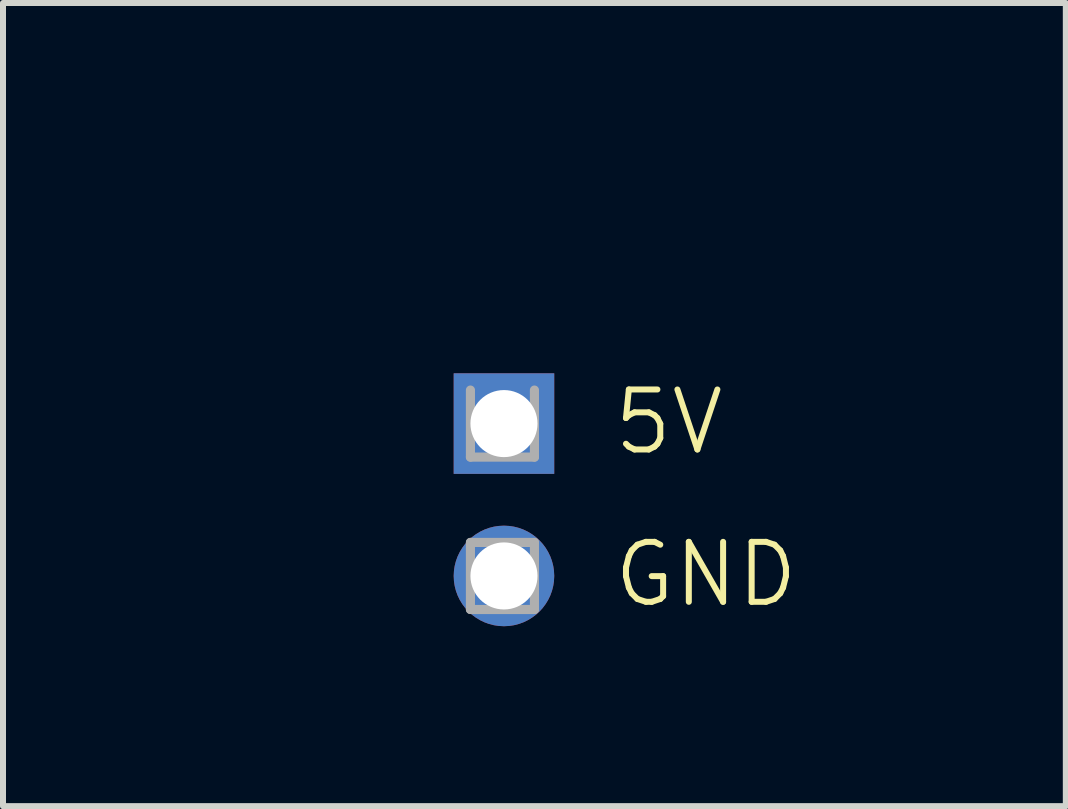
<source format=kicad_pcb>
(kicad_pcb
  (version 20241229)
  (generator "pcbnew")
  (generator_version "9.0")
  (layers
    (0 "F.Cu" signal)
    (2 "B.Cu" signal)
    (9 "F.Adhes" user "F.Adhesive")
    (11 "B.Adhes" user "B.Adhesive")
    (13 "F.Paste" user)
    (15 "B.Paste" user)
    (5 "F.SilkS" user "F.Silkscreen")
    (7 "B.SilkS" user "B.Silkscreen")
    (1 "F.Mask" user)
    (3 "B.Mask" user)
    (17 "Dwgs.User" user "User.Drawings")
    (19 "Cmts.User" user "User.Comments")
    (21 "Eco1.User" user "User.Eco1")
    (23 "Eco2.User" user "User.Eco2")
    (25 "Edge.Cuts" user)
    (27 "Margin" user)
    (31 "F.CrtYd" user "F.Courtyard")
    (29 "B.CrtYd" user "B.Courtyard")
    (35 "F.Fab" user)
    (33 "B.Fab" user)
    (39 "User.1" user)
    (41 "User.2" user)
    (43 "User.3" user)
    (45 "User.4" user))
  (footprint "OUTPUT_PINS_2"
    (layer "F.Cu")
    (at 5.86 4.571)
    (property "Reference" "OUTPUT_PINS_2" (at 0 -3.81 0) (unlocked yes) (layer "User.1") (effects (font (size 1 1) (thickness 0.1))))
    (attr through_hole)
    (fp_line (start -1.067 -1.118) (end -1.067 0) (stroke (width 0.152) (type solid)) (layer "F.Fab"))
    (fp_line (start -1.067 0) (end 0 0) (stroke (width 0.152) (type solid)) (layer "F.Fab"))
    (fp_line (start -1.067 1.422) (end -1.067 2.54) (stroke (width 0.152) (type solid)) (layer "F.Fab"))
    (fp_line (start -1.067 2.54) (end 0 2.54) (stroke (width 0.152) (type solid)) (layer "F.Fab"))
    (fp_line (start 0 0) (end 0 -1.118) (stroke (width 0.152) (type solid)) (layer "F.Fab"))
    (fp_line (start 0 1.422) (end -1.067 1.422) (stroke (width 0.152) (type solid)) (layer "F.Fab"))
    (fp_line (start 0 2.54) (end 0 1.422) (stroke (width 0.152) (type solid)) (layer "F.Fab"))
    (fp_text user "5V" (at 1.27 0 0) (unlocked yes) (layer "F.SilkS") (effects (font (size 1 1) (thickness 0.1)) (justify left bottom)))
    (fp_text user "GND" (at 1.27 2.54 0) (unlocked yes) (layer "F.SilkS") (effects (font (size 1 1) (thickness 0.1)) (justify left bottom)))
    (pad "1" thru_hole rect (at -0.508 -0.559) (size 1.676 1.676) (drill 1.118) (layers "*.Cu" "*.Mask"))
    (pad "2" thru_hole circle (at -0.508 1.981) (size 1.676 1.676) (drill 1.118) (layers "*.Cu" "*.Mask")))
  (gr_rect
    (start -3 -3)
    (end 14.719 10.39)
    (stroke (width 0.1) (type default))
    (fill no)
    (layer "Edge.Cuts")))
</source>
